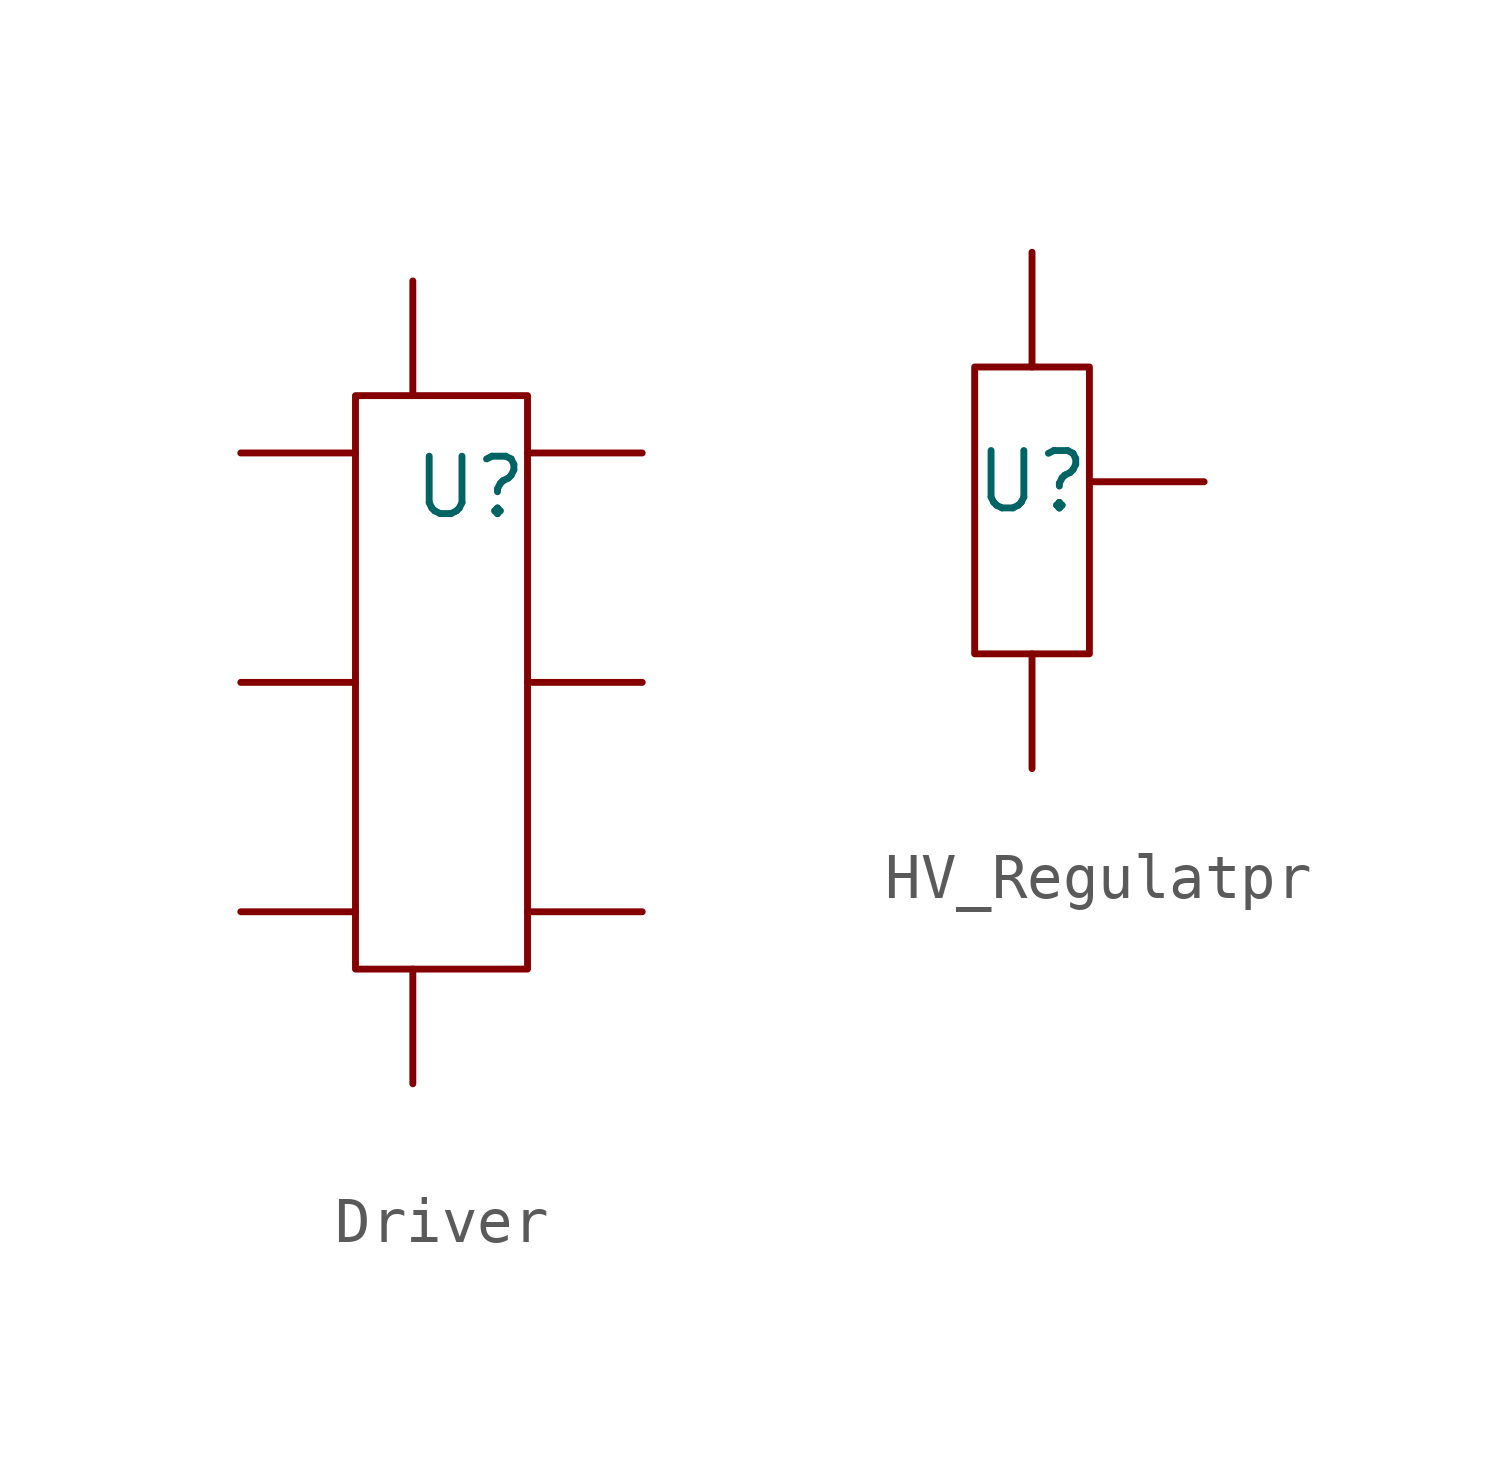
<source format=kicad_sym>
(kicad_symbol_lib
  (version 20231120)
  (generator "kicad_symbol_editor")
  (generator_version "8.0")
  (symbol "Driver"
    (property "Reference" "U"
      (at 0 0.508 0)
      (effects (font (size 1.27 1.27))))
    (property "Value" ""
      (at 0 0 0)
      (effects (font (size 1.27 1.27))))
    (symbol "Driver_0_1"
      (rectangle (start -2.54 2.54) (end 1.27 -10.16) (stroke (width 0) (type default)) (fill (type none))))
    (symbol "Driver_1_1"
      (pin power_in line (at -5.08 -8.89 0) (length 2.54) (name "" (effects (font (size 1.27 1.27)))) (number "" (effects (font (size 1.27 1.27)))))
      (pin power_in line (at -5.08 -3.81 0) (length 2.54) (name "" (effects (font (size 1.27 1.27)))) (number "" (effects (font (size 1.27 1.27)))))
      (pin power_in line (at -5.08 1.27 0) (length 2.54) (name "" (effects (font (size 1.27 1.27)))) (number "" (effects (font (size 1.27 1.27)))))
      (pin power_in line (at -1.27 -12.7 90) (length 2.54) (name "" (effects (font (size 1.27 1.27)))) (number "" (effects (font (size 1.27 1.27)))))
      (pin power_in line (at -1.27 5.08 270) (length 2.54) (name "" (effects (font (size 1.27 1.27)))) (number "" (effects (font (size 1.27 1.27)))))
      (pin power_out line (at 3.81 -8.89 180) (length 2.54) (name "" (effects (font (size 1.27 1.27)))) (number "" (effects (font (size 1.27 1.27)))))
      (pin power_in line (at 3.81 -3.81 180) (length 2.54) (name "" (effects (font (size 1.27 1.27)))) (number "" (effects (font (size 1.27 1.27)))))
      (pin power_out line (at 3.81 1.27 180) (length 2.54) (name "" (effects (font (size 1.27 1.27)))) (number "" (effects (font (size 1.27 1.27)))))))
  (symbol "HV_Regulatpr"
    (property "Reference" "U"
      (at 0 0 0)
      (effects (font (size 1.27 1.27))))
    (property "Value" ""
      (at 0 0 0)
      (effects (font (size 1.27 1.27))))
    (symbol "HV_Regulatpr_0_1"
      (rectangle (start 1.27 -3.81) (end -1.27 2.54) (stroke (width 0) (type default)) (fill (type none))))
    (symbol "HV_Regulatpr_1_1"
      (pin power_in line (at 0 -6.35 90) (length 2.54) (name "" (effects (font (size 1.27 1.27)))) (number "" (effects (font (size 1.27 1.27)))))
      (pin power_in line (at 0 5.08 270) (length 2.54) (name "" (effects (font (size 1.27 1.27)))) (number "" (effects (font (size 1.27 1.27)))))
      (pin power_out line (at 3.81 0 180) (length 2.54) (name "" (effects (font (size 1.27 1.27)))) (number "" (effects (font (size 1.27 1.27))))))))
</source>
